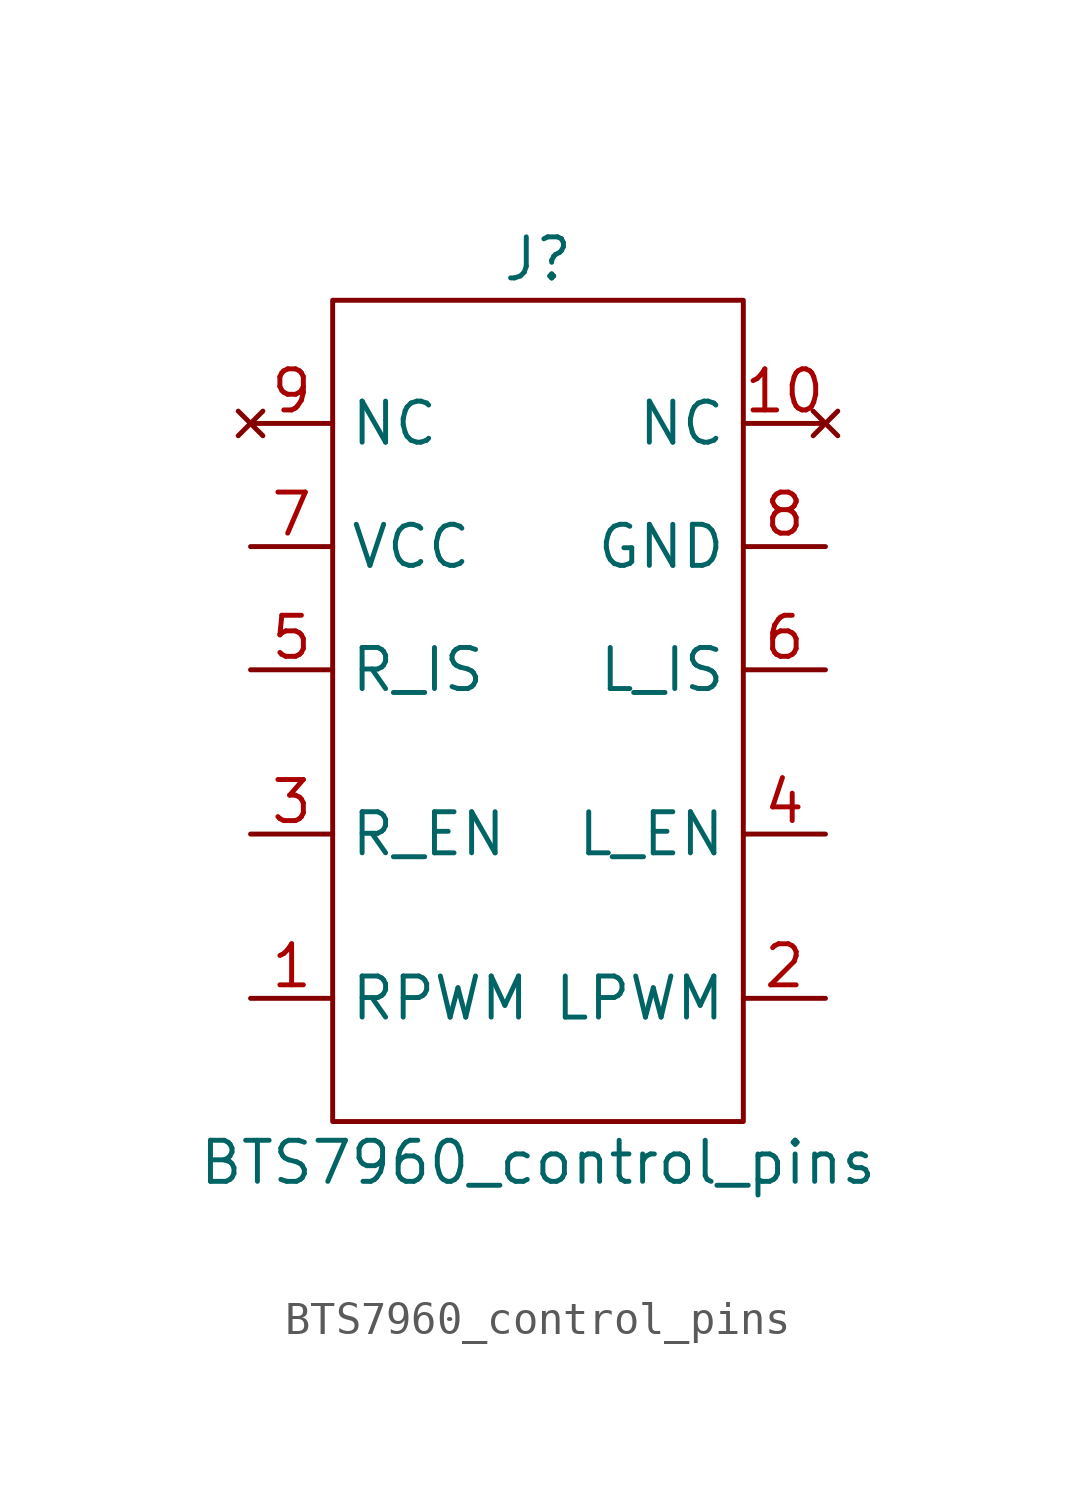
<source format=kicad_sym>
(kicad_symbol_lib
  (version 20220914)
  (generator kicad_symbol_editor)
  (symbol "BTS7960_control_pins"
    (property "Reference" "J"
      (at 0 5.08 0)
      (effects (font (size 1.27 1.27))))
    (property "Value" "BTS7960_control_pins"
      (at 0 -22.86 0)
      (effects (font (size 1.27 1.27))))
    (symbol "BTS7960_control_pins_0_1"
      (rectangle (start -6.35 3.81) (end 6.35 -21.59) (stroke (width 0) (type default)) (fill (type none))))
    (symbol "BTS7960_control_pins_1_1"
      (pin input line (at -8.89 -17.78 0) (length 2.54) (name "RPWM" (effects (font (size 1.27 1.27)))) (number "1" (effects (font (size 1.27 1.27)))))
      (pin no_connect line (at 8.89 0 180) (length 2.54) (name "NC" (effects (font (size 1.27 1.27)))) (number "10" (effects (font (size 1.27 1.27)))))
      (pin input line (at 8.89 -17.78 180) (length 2.54) (name "LPWM" (effects (font (size 1.27 1.27)))) (number "2" (effects (font (size 1.27 1.27)))))
      (pin input line (at -8.89 -12.7 0) (length 2.54) (name "R_EN" (effects (font (size 1.27 1.27)))) (number "3" (effects (font (size 1.27 1.27)))))
      (pin input line (at 8.89 -12.7 180) (length 2.54) (name "L_EN" (effects (font (size 1.27 1.27)))) (number "4" (effects (font (size 1.27 1.27)))))
      (pin output line (at -8.89 -7.62 0) (length 2.54) (name "R_IS" (effects (font (size 1.27 1.27)))) (number "5" (effects (font (size 1.27 1.27)))))
      (pin output line (at 8.89 -7.62 180) (length 2.54) (name "L_IS" (effects (font (size 1.27 1.27)))) (number "6" (effects (font (size 1.27 1.27)))))
      (pin input line (at -8.89 -3.81 0) (length 2.54) (name "VCC" (effects (font (size 1.27 1.27)))) (number "7" (effects (font (size 1.27 1.27)))))
      (pin input line (at 8.89 -3.81 180) (length 2.54) (name "GND" (effects (font (size 1.27 1.27)))) (number "8" (effects (font (size 1.27 1.27)))))
      (pin no_connect line (at -8.89 0 0) (length 2.54) (name "NC" (effects (font (size 1.27 1.27)))) (number "9" (effects (font (size 1.27 1.27))))))))
</source>
